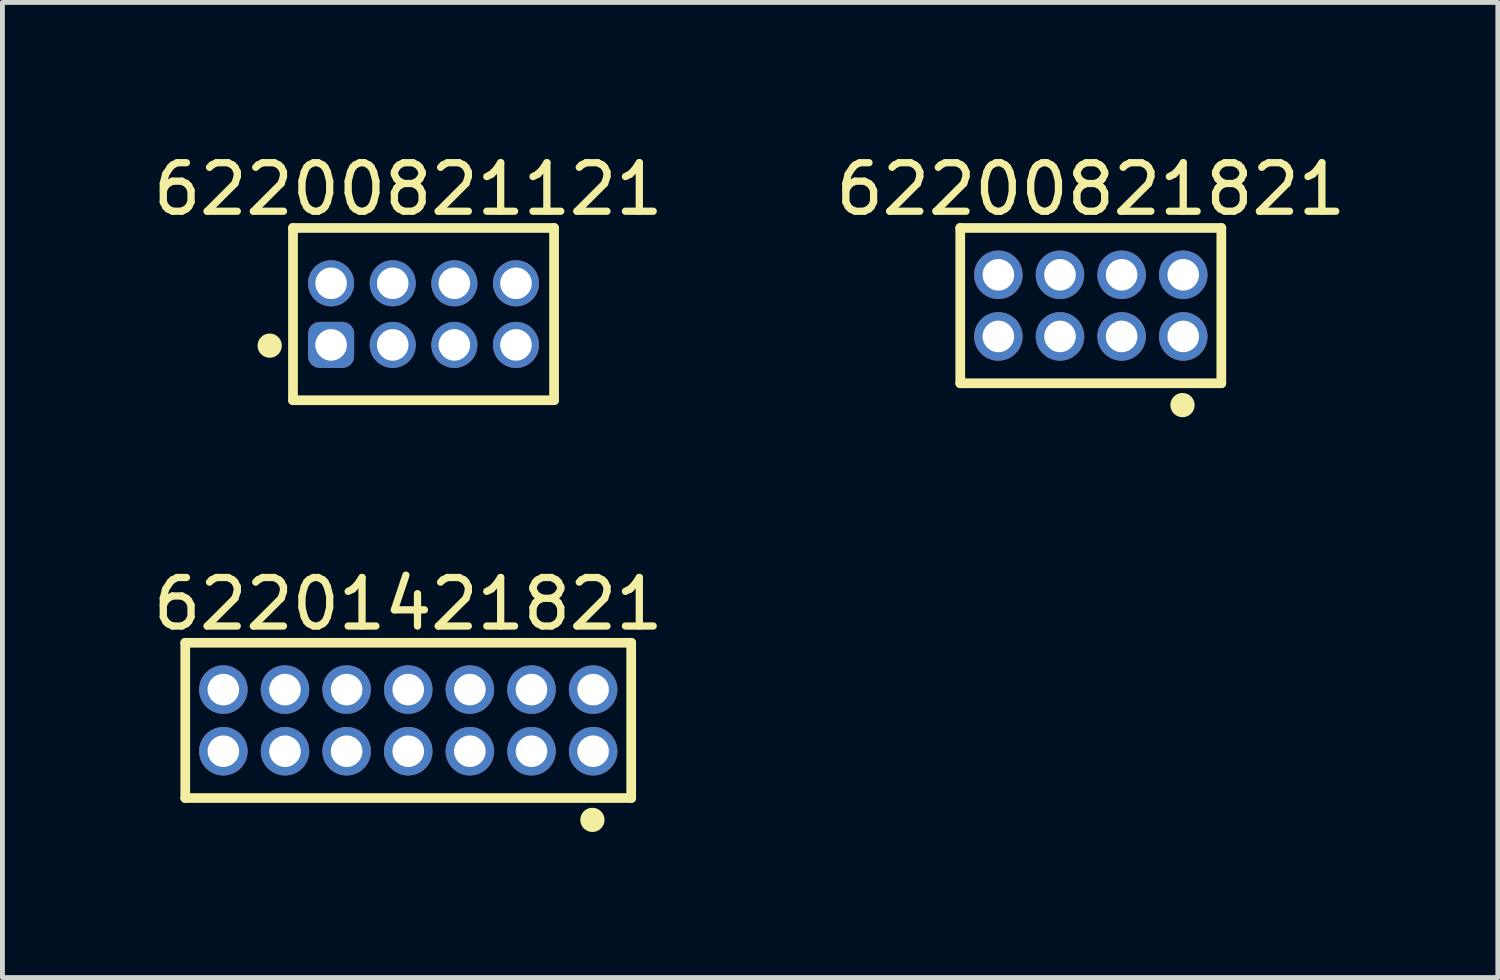
<source format=kicad_pcb>
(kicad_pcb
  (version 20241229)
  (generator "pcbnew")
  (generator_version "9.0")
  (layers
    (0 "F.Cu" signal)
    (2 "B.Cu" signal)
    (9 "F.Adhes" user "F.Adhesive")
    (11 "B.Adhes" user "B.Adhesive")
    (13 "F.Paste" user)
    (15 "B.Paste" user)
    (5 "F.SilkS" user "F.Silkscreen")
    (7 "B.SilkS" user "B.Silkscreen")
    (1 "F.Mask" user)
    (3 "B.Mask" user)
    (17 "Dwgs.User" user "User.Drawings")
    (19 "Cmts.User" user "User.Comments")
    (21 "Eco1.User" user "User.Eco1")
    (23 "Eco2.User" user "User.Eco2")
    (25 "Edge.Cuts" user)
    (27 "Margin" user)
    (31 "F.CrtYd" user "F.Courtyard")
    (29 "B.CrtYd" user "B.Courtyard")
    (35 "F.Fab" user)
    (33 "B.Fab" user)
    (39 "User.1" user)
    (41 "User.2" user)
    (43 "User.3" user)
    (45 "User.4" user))
  (footprint "62200821821"
    (layer "F.Cu")
    (at 19.429 3.248)
    (property "Reference" "62200821821" (at 0 -2.4 0) (layer "F.SilkS") (effects (font (size 1 1) (thickness 0.15))))
    (fp_line (start -2.69 -1.6) (end 2.69 -1.6) (stroke (width 0.2) (type solid)) (layer "F.SilkS"))
    (fp_line (start -2.69 1.6) (end -2.69 -1.6) (stroke (width 0.2) (type solid)) (layer "F.SilkS"))
    (fp_line (start -2.69 1.6) (end 2.69 1.6) (stroke (width 0.2) (type solid)) (layer "F.SilkS"))
    (fp_line (start 2.69 1.6) (end 2.69 -1.6) (stroke (width 0.2) (type solid)) (layer "F.SilkS"))
    (fp_circle (center 1.89 2.05) (end 1.89 1.925) (stroke (width 0.25) (type solid)) (fill no) (layer "F.SilkS"))
    (fp_line (start -2.89 -1.8) (end 2.89 -1.8) (stroke (width 0.05) (type solid)) (layer "Eco2.User"))
    (fp_line (start -2.89 1.8) (end -2.89 -1.8) (stroke (width 0.05) (type solid)) (layer "Eco2.User"))
    (fp_line (start -2.89 1.8) (end 2.89 1.8) (stroke (width 0.05) (type solid)) (layer "Eco2.User"))
    (fp_line (start -2.54 -1.5) (end 2.54 -1.5) (stroke (width 0.1) (type solid)) (layer "Eco2.User"))
    (fp_line (start -2.54 1.5) (end -2.54 -1.5) (stroke (width 0.1) (type solid)) (layer "Eco2.User"))
    (fp_line (start -2.54 1.5) (end 2.54 1.5) (stroke (width 0.1) (type solid)) (layer "Eco2.User"))
    (fp_line (start -0.5 0) (end 0.5 0) (stroke (width 0.05) (type solid)) (layer "Eco2.User"))
    (fp_line (start 0 0.5) (end 0 -0.5) (stroke (width 0.05) (type solid)) (layer "Eco2.User"))
    (fp_line (start 2.54 1.5) (end 2.54 -1.5) (stroke (width 0.1) (type solid)) (layer "Eco2.User"))
    (fp_line (start 2.89 1.8) (end 2.89 -1.8) (stroke (width 0.05) (type solid)) (layer "Eco2.User"))
    (fp_text user "${REFERENCE}" (at 0.1 -0.131 0) (unlocked yes) (layer "User.3") (effects (font (size 1 1) (thickness 0.1))))
    (pad "1" thru_hole circle (at 1.905 0.635 180) (size 1 1) (drill 0.65) (layers "*.Cu" "*.Mask"))
    (pad "2" thru_hole circle (at 1.905 -0.635 180) (size 1 1) (drill 0.65) (layers "*.Cu" "*.Mask"))
    (pad "3" thru_hole circle (at 0.635 0.635 180) (size 1 1) (drill 0.65) (layers "*.Cu" "*.Mask"))
    (pad "4" thru_hole circle (at 0.635 -0.635 180) (size 1 1) (drill 0.65) (layers "*.Cu" "*.Mask"))
    (pad "5" thru_hole circle (at -0.635 0.635 180) (size 1 1) (drill 0.65) (layers "*.Cu" "*.Mask"))
    (pad "6" thru_hole circle (at -0.635 -0.635 180) (size 1 1) (drill 0.65) (layers "*.Cu" "*.Mask"))
    (pad "7" thru_hole circle (at -1.905 0.635 180) (size 1 1) (drill 0.65) (layers "*.Cu" "*.Mask"))
    (pad "8" thru_hole circle (at -1.905 -0.635 180) (size 1 1) (drill 0.65) (layers "*.Cu" "*.Mask")))
  (footprint "62201421821"
    (layer "F.Cu")
    (at 5.363 11.796)
    (property "Reference" "62201421821" (at 0 -2.4 0) (layer "F.SilkS") (effects (font (size 1 1) (thickness 0.15))))
    (fp_line (start -4.595 -1.6) (end 4.595 -1.6) (stroke (width 0.2) (type solid)) (layer "F.SilkS"))
    (fp_line (start -4.595 1.6) (end -4.595 -1.6) (stroke (width 0.2) (type solid)) (layer "F.SilkS"))
    (fp_line (start -4.595 1.6) (end 4.595 1.6) (stroke (width 0.2) (type solid)) (layer "F.SilkS"))
    (fp_line (start 4.595 1.6) (end 4.595 -1.6) (stroke (width 0.2) (type solid)) (layer "F.SilkS"))
    (fp_circle (center 3.795 2.05) (end 3.795 1.925) (stroke (width 0.25) (type solid)) (fill no) (layer "F.SilkS"))
    (fp_line (start -4.795 -1.8) (end 4.795 -1.8) (stroke (width 0.05) (type solid)) (layer "Eco2.User"))
    (fp_line (start -4.795 1.8) (end -4.795 -1.8) (stroke (width 0.05) (type solid)) (layer "Eco2.User"))
    (fp_line (start -4.795 1.8) (end 4.795 1.8) (stroke (width 0.05) (type solid)) (layer "Eco2.User"))
    (fp_line (start -4.445 -1.5) (end 4.445 -1.5) (stroke (width 0.1) (type solid)) (layer "Eco2.User"))
    (fp_line (start -4.445 1.5) (end -4.445 -1.5) (stroke (width 0.1) (type solid)) (layer "Eco2.User"))
    (fp_line (start -4.445 1.5) (end 4.445 1.5) (stroke (width 0.1) (type solid)) (layer "Eco2.User"))
    (fp_line (start -0.5 0) (end 0.5 0) (stroke (width 0.05) (type solid)) (layer "Eco2.User"))
    (fp_line (start 0 0.5) (end 0 -0.5) (stroke (width 0.05) (type solid)) (layer "Eco2.User"))
    (fp_line (start 4.445 1.5) (end 4.445 -1.5) (stroke (width 0.1) (type solid)) (layer "Eco2.User"))
    (fp_line (start 4.795 1.8) (end 4.795 -1.8) (stroke (width 0.05) (type solid)) (layer "Eco2.User"))
    (fp_text user "${REFERENCE}" (at 0.1 -0.131 0) (unlocked yes) (layer "User.3") (effects (font (size 1 1) (thickness 0.1))))
    (pad "1" thru_hole circle (at 3.81 0.635 180) (size 1 1) (drill 0.65) (layers "*.Cu" "*.Mask"))
    (pad "2" thru_hole circle (at 3.81 -0.635 180) (size 1 1) (drill 0.65) (layers "*.Cu" "*.Mask"))
    (pad "3" thru_hole circle (at 2.54 0.635 180) (size 1 1) (drill 0.65) (layers "*.Cu" "*.Mask"))
    (pad "4" thru_hole circle (at 2.54 -0.635 180) (size 1 1) (drill 0.65) (layers "*.Cu" "*.Mask"))
    (pad "5" thru_hole circle (at 1.27 0.635 180) (size 1 1) (drill 0.65) (layers "*.Cu" "*.Mask"))
    (pad "6" thru_hole circle (at 1.27 -0.635 180) (size 1 1) (drill 0.65) (layers "*.Cu" "*.Mask"))
    (pad "7" thru_hole circle (at 0 0.635 180) (size 1 1) (drill 0.65) (layers "*.Cu" "*.Mask"))
    (pad "8" thru_hole circle (at 0 -0.635 180) (size 1 1) (drill 0.65) (layers "*.Cu" "*.Mask"))
    (pad "9" thru_hole circle (at -1.27 0.635 180) (size 1 1) (drill 0.65) (layers "*.Cu" "*.Mask"))
    (pad "10" thru_hole circle (at -1.27 -0.635 180) (size 1 1) (drill 0.65) (layers "*.Cu" "*.Mask"))
    (pad "11" thru_hole circle (at -2.54 0.635 180) (size 1 1) (drill 0.65) (layers "*.Cu" "*.Mask"))
    (pad "12" thru_hole circle (at -2.54 -0.635 180) (size 1 1) (drill 0.65) (layers "*.Cu" "*.Mask"))
    (pad "13" thru_hole circle (at -3.81 0.635 180) (size 1 1) (drill 0.65) (layers "*.Cu" "*.Mask"))
    (pad "14" thru_hole circle (at -3.81 -0.635 180) (size 1 1) (drill 0.65) (layers "*.Cu" "*.Mask")))
  (footprint "62200821121"
    (layer "F.Cu")
    (at 5.678 3.423)
    (property "Reference" "62200821121" (at -0.315 -2.575 0) (layer "F.SilkS") (effects (font (size 1 1) (thickness 0.15))))
    (fp_line (start -2.69 -1.775) (end 2.69 -1.775) (stroke (width 0.2) (type solid)) (layer "F.SilkS"))
    (fp_line (start -2.69 1.775) (end -2.69 -1.775) (stroke (width 0.2) (type solid)) (layer "F.SilkS"))
    (fp_line (start -2.69 1.775) (end 2.69 1.775) (stroke (width 0.2) (type solid)) (layer "F.SilkS"))
    (fp_line (start 2.69 1.775) (end 2.69 -1.775) (stroke (width 0.2) (type solid)) (layer "F.SilkS"))
    (fp_circle (center -3.17 0.65) (end -3.17 0.525) (stroke (width 0.25) (type solid)) (fill no) (layer "F.SilkS"))
    (fp_line (start -2.89 -1.975) (end 2.89 -1.975) (stroke (width 0.05) (type solid)) (layer "Eco2.User"))
    (fp_line (start -2.89 1.975) (end -2.89 -1.975) (stroke (width 0.05) (type solid)) (layer "Eco2.User"))
    (fp_line (start -2.89 1.975) (end 2.89 1.975) (stroke (width 0.05) (type solid)) (layer "Eco2.User"))
    (fp_line (start -2.54 -1.7) (end 2.54 -1.7) (stroke (width 0.1) (type solid)) (layer "Eco2.User"))
    (fp_line (start -2.54 1.7) (end -2.54 -1.7) (stroke (width 0.1) (type solid)) (layer "Eco2.User"))
    (fp_line (start -2.54 1.7) (end 2.54 1.7) (stroke (width 0.1) (type solid)) (layer "Eco2.User"))
    (fp_line (start -0.5 0) (end 0.5 0) (stroke (width 0.05) (type solid)) (layer "Eco2.User"))
    (fp_line (start 0 0.5) (end 0 -0.5) (stroke (width 0.05) (type solid)) (layer "Eco2.User"))
    (fp_line (start 2.54 1.7) (end 2.54 -1.7) (stroke (width 0.1) (type solid)) (layer "Eco2.User"))
    (fp_line (start 2.89 1.975) (end 2.89 -1.975) (stroke (width 0.05) (type solid)) (layer "Eco2.User"))
    (fp_text user "${REFERENCE}" (at 0.1 -0.131 0) (unlocked yes) (layer "User.3") (effects (font (size 1 1) (thickness 0.1))))
    (pad "1" thru_hole roundrect (at -1.905 0.635) (size 0.95 0.95) (drill 0.65) (layers "*.Cu" "*.Mask") (roundrect_rratio 0.25))
    (pad "2" thru_hole circle (at -1.905 -0.635) (size 0.95 0.95) (drill 0.65) (layers "*.Cu" "*.Mask"))
    (pad "3" thru_hole circle (at -0.635 0.635) (size 0.95 0.95) (drill 0.65) (layers "*.Cu" "*.Mask"))
    (pad "4" thru_hole circle (at -0.635 -0.635) (size 0.95 0.95) (drill 0.65) (layers "*.Cu" "*.Mask"))
    (pad "5" thru_hole circle (at 0.635 0.635) (size 0.95 0.95) (drill 0.65) (layers "*.Cu" "*.Mask"))
    (pad "6" thru_hole circle (at 0.635 -0.635) (size 0.95 0.95) (drill 0.65) (layers "*.Cu" "*.Mask"))
    (pad "7" thru_hole circle (at 1.905 0.635) (size 0.95 0.95) (drill 0.65) (layers "*.Cu" "*.Mask"))
    (pad "8" thru_hole circle (at 1.905 -0.635) (size 0.95 0.95) (drill 0.65) (layers "*.Cu" "*.Mask")))
  (gr_rect
    (start -3 -3)
    (end 27.817 17.096)
    (stroke (width 0.1) (type default))
    (fill no)
    (layer "Edge.Cuts")))
</source>
